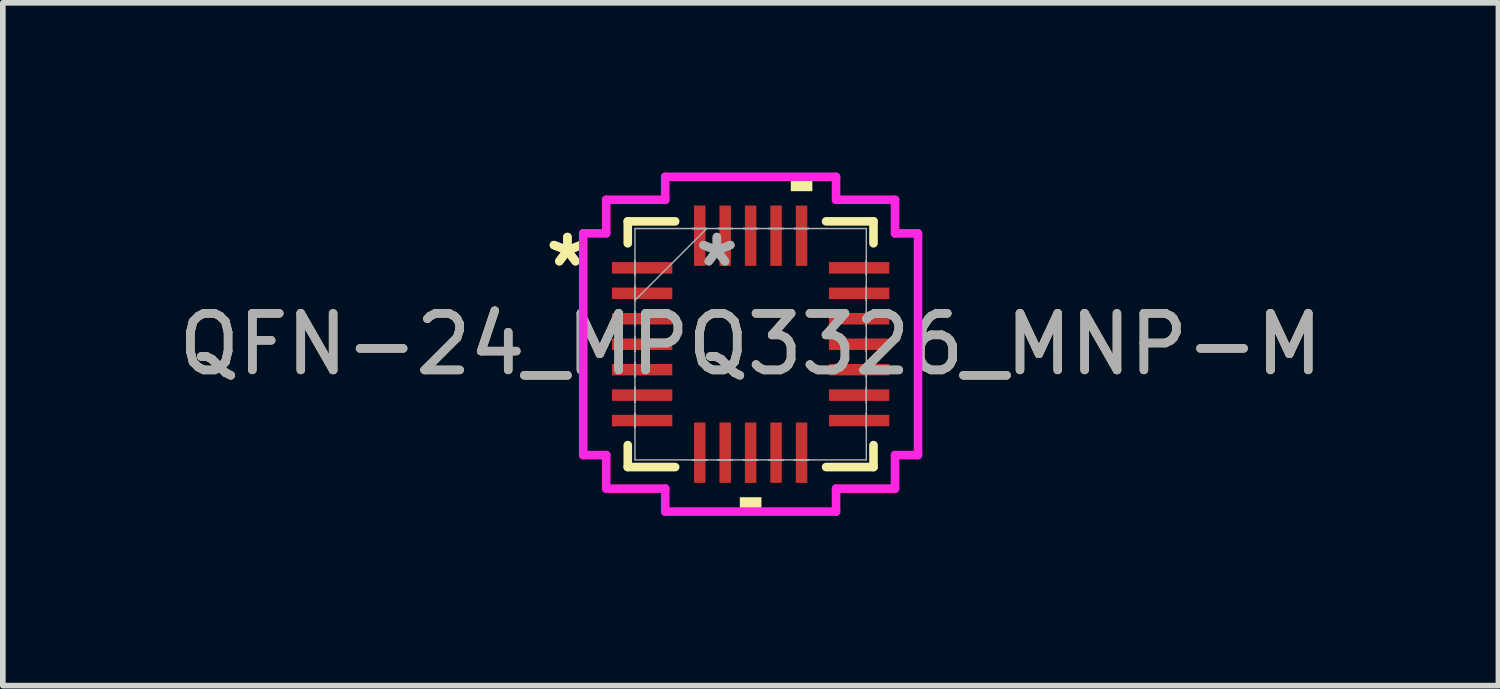
<source format=kicad_pcb>
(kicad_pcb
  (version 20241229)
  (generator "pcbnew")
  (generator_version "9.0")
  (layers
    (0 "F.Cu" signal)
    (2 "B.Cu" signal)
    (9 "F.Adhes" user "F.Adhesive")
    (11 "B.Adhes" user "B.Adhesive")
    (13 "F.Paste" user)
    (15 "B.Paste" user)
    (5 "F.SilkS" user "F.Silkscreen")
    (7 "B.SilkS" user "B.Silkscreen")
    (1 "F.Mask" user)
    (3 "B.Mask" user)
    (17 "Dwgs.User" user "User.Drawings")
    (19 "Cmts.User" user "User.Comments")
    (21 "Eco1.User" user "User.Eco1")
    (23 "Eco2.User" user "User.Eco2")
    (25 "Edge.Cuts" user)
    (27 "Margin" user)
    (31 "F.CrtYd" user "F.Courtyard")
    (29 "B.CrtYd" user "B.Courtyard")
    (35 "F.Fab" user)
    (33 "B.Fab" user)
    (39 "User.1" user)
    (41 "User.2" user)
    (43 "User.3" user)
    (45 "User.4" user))
  (footprint "QFN-24_MPQ3326_MNP-M"
    (layer "F.Cu")
    (at 10.22 3.035)
    (property "Reference" "QFN-24_MPQ3326_MNP-M" (at 0 0 0) (unlocked yes) (layer "F.SilkS") (effects (font (size 1 1) (thickness 0.15))))
    (attr smd)
    (fp_line (start -2.172 -2.172) (end -2.172 -1.784) (stroke (width 0.152) (type solid)) (layer "F.SilkS"))
    (fp_line (start -2.172 1.784) (end -2.172 2.172) (stroke (width 0.152) (type solid)) (layer "F.SilkS"))
    (fp_line (start -2.172 2.172) (end -1.334 2.172) (stroke (width 0.152) (type solid)) (layer "F.SilkS"))
    (fp_line (start -1.334 -2.172) (end -2.172 -2.172) (stroke (width 0.152) (type solid)) (layer "F.SilkS"))
    (fp_line (start 1.334 2.172) (end 2.172 2.172) (stroke (width 0.152) (type solid)) (layer "F.SilkS"))
    (fp_line (start 2.172 -2.172) (end 1.334 -2.172) (stroke (width 0.152) (type solid)) (layer "F.SilkS"))
    (fp_line (start 2.172 -1.784) (end 2.172 -2.172) (stroke (width 0.152) (type solid)) (layer "F.SilkS"))
    (fp_line (start 2.172 2.172) (end 2.172 1.784) (stroke (width 0.152) (type solid)) (layer "F.SilkS"))
    (fp_poly (pts (xy -0.191 2.705) (xy -0.191 2.959) (xy 0.191 2.959) (xy 0.191 2.705)) (stroke (width 0) (type solid)) (fill yes) (layer "F.SilkS"))
    (fp_poly (pts (xy 0.71 -2.705) (xy 0.71 -2.959) (xy 1.091 -2.959) (xy 1.091 -2.705)) (stroke (width 0) (type solid)) (fill yes) (layer "F.SilkS"))
    (fp_line (start -2.959 -1.96) (end -2.553 -1.96) (stroke (width 0.152) (type solid)) (layer "F.CrtYd"))
    (fp_line (start -2.959 1.96) (end -2.959 -1.96) (stroke (width 0.152) (type solid)) (layer "F.CrtYd"))
    (fp_line (start -2.553 -2.553) (end -1.51 -2.553) (stroke (width 0.152) (type solid)) (layer "F.CrtYd"))
    (fp_line (start -2.553 -1.96) (end -2.553 -2.553) (stroke (width 0.152) (type solid)) (layer "F.CrtYd"))
    (fp_line (start -2.553 1.96) (end -2.959 1.96) (stroke (width 0.152) (type solid)) (layer "F.CrtYd"))
    (fp_line (start -2.553 2.553) (end -2.553 1.96) (stroke (width 0.152) (type solid)) (layer "F.CrtYd"))
    (fp_line (start -1.51 -2.959) (end 1.51 -2.959) (stroke (width 0.152) (type solid)) (layer "F.CrtYd"))
    (fp_line (start -1.51 -2.553) (end -1.51 -2.959) (stroke (width 0.152) (type solid)) (layer "F.CrtYd"))
    (fp_line (start -1.51 2.553) (end -2.553 2.553) (stroke (width 0.152) (type solid)) (layer "F.CrtYd"))
    (fp_line (start -1.51 2.959) (end -1.51 2.553) (stroke (width 0.152) (type solid)) (layer "F.CrtYd"))
    (fp_line (start 1.51 -2.959) (end 1.51 -2.553) (stroke (width 0.152) (type solid)) (layer "F.CrtYd"))
    (fp_line (start 1.51 -2.553) (end 2.553 -2.553) (stroke (width 0.152) (type solid)) (layer "F.CrtYd"))
    (fp_line (start 1.51 2.553) (end 1.51 2.959) (stroke (width 0.152) (type solid)) (layer "F.CrtYd"))
    (fp_line (start 1.51 2.959) (end -1.51 2.959) (stroke (width 0.152) (type solid)) (layer "F.CrtYd"))
    (fp_line (start 2.553 -2.553) (end 2.553 -1.96) (stroke (width 0.152) (type solid)) (layer "F.CrtYd"))
    (fp_line (start 2.553 -1.96) (end 2.959 -1.96) (stroke (width 0.152) (type solid)) (layer "F.CrtYd"))
    (fp_line (start 2.553 1.96) (end 2.553 2.553) (stroke (width 0.152) (type solid)) (layer "F.CrtYd"))
    (fp_line (start 2.553 2.553) (end 1.51 2.553) (stroke (width 0.152) (type solid)) (layer "F.CrtYd"))
    (fp_line (start 2.959 -1.96) (end 2.959 1.96) (stroke (width 0.152) (type solid)) (layer "F.CrtYd"))
    (fp_line (start 2.959 1.96) (end 2.553 1.96) (stroke (width 0.152) (type solid)) (layer "F.CrtYd"))
    (fp_line (start -2.045 -2.045) (end -2.045 2.045) (stroke (width 0.025) (type solid)) (layer "F.Fab"))
    (fp_line (start -2.045 -1.477) (end -2.045 -1.477) (stroke (width 0.025) (type solid)) (layer "F.Fab"))
    (fp_line (start -2.045 -1.477) (end -2.045 -1.223) (stroke (width 0.025) (type solid)) (layer "F.Fab"))
    (fp_line (start -2.045 -1.223) (end -2.045 -1.477) (stroke (width 0.025) (type solid)) (layer "F.Fab"))
    (fp_line (start -2.045 -1.223) (end -2.045 -1.223) (stroke (width 0.025) (type solid)) (layer "F.Fab"))
    (fp_line (start -2.045 -1.027) (end -2.045 -1.027) (stroke (width 0.025) (type solid)) (layer "F.Fab"))
    (fp_line (start -2.045 -1.027) (end -2.045 -0.773) (stroke (width 0.025) (type solid)) (layer "F.Fab"))
    (fp_line (start -2.045 -0.775) (end -0.775 -2.045) (stroke (width 0.025) (type solid)) (layer "F.Fab"))
    (fp_line (start -2.045 -0.773) (end -2.045 -1.027) (stroke (width 0.025) (type solid)) (layer "F.Fab"))
    (fp_line (start -2.045 -0.773) (end -2.045 -0.773) (stroke (width 0.025) (type solid)) (layer "F.Fab"))
    (fp_line (start -2.045 -0.577) (end -2.045 -0.577) (stroke (width 0.025) (type solid)) (layer "F.Fab"))
    (fp_line (start -2.045 -0.577) (end -2.045 -0.323) (stroke (width 0.025) (type solid)) (layer "F.Fab"))
    (fp_line (start -2.045 -0.323) (end -2.045 -0.577) (stroke (width 0.025) (type solid)) (layer "F.Fab"))
    (fp_line (start -2.045 -0.323) (end -2.045 -0.323) (stroke (width 0.025) (type solid)) (layer "F.Fab"))
    (fp_line (start -2.045 -0.127) (end -2.045 -0.127) (stroke (width 0.025) (type solid)) (layer "F.Fab"))
    (fp_line (start -2.045 -0.127) (end -2.045 0.127) (stroke (width 0.025) (type solid)) (layer "F.Fab"))
    (fp_line (start -2.045 0.127) (end -2.045 -0.127) (stroke (width 0.025) (type solid)) (layer "F.Fab"))
    (fp_line (start -2.045 0.127) (end -2.045 0.127) (stroke (width 0.025) (type solid)) (layer "F.Fab"))
    (fp_line (start -2.045 0.323) (end -2.045 0.323) (stroke (width 0.025) (type solid)) (layer "F.Fab"))
    (fp_line (start -2.045 0.323) (end -2.045 0.577) (stroke (width 0.025) (type solid)) (layer "F.Fab"))
    (fp_line (start -2.045 0.577) (end -2.045 0.323) (stroke (width 0.025) (type solid)) (layer "F.Fab"))
    (fp_line (start -2.045 0.577) (end -2.045 0.577) (stroke (width 0.025) (type solid)) (layer "F.Fab"))
    (fp_line (start -2.045 0.773) (end -2.045 0.773) (stroke (width 0.025) (type solid)) (layer "F.Fab"))
    (fp_line (start -2.045 0.773) (end -2.045 1.027) (stroke (width 0.025) (type solid)) (layer "F.Fab"))
    (fp_line (start -2.045 1.027) (end -2.045 0.773) (stroke (width 0.025) (type solid)) (layer "F.Fab"))
    (fp_line (start -2.045 1.027) (end -2.045 1.027) (stroke (width 0.025) (type solid)) (layer "F.Fab"))
    (fp_line (start -2.045 1.223) (end -2.045 1.223) (stroke (width 0.025) (type solid)) (layer "F.Fab"))
    (fp_line (start -2.045 1.223) (end -2.045 1.477) (stroke (width 0.025) (type solid)) (layer "F.Fab"))
    (fp_line (start -2.045 1.477) (end -2.045 1.223) (stroke (width 0.025) (type solid)) (layer "F.Fab"))
    (fp_line (start -2.045 1.477) (end -2.045 1.477) (stroke (width 0.025) (type solid)) (layer "F.Fab"))
    (fp_line (start -2.045 2.045) (end 2.045 2.045) (stroke (width 0.025) (type solid)) (layer "F.Fab"))
    (fp_line (start -1.027 -2.045) (end -1.027 -2.045) (stroke (width 0.025) (type solid)) (layer "F.Fab"))
    (fp_line (start -1.027 -2.045) (end -0.773 -2.045) (stroke (width 0.025) (type solid)) (layer "F.Fab"))
    (fp_line (start -1.027 2.045) (end -1.027 2.045) (stroke (width 0.025) (type solid)) (layer "F.Fab"))
    (fp_line (start -1.027 2.045) (end -0.773 2.045) (stroke (width 0.025) (type solid)) (layer "F.Fab"))
    (fp_line (start -0.773 -2.045) (end -1.027 -2.045) (stroke (width 0.025) (type solid)) (layer "F.Fab"))
    (fp_line (start -0.773 -2.045) (end -0.773 -2.045) (stroke (width 0.025) (type solid)) (layer "F.Fab"))
    (fp_line (start -0.773 2.045) (end -1.027 2.045) (stroke (width 0.025) (type solid)) (layer "F.Fab"))
    (fp_line (start -0.773 2.045) (end -0.773 2.045) (stroke (width 0.025) (type solid)) (layer "F.Fab"))
    (fp_line (start -0.577 -2.045) (end -0.577 -2.045) (stroke (width 0.025) (type solid)) (layer "F.Fab"))
    (fp_line (start -0.577 -2.045) (end -0.323 -2.045) (stroke (width 0.025) (type solid)) (layer "F.Fab"))
    (fp_line (start -0.577 2.045) (end -0.577 2.045) (stroke (width 0.025) (type solid)) (layer "F.Fab"))
    (fp_line (start -0.577 2.045) (end -0.323 2.045) (stroke (width 0.025) (type solid)) (layer "F.Fab"))
    (fp_line (start -0.323 -2.045) (end -0.577 -2.045) (stroke (width 0.025) (type solid)) (layer "F.Fab"))
    (fp_line (start -0.323 -2.045) (end -0.323 -2.045) (stroke (width 0.025) (type solid)) (layer "F.Fab"))
    (fp_line (start -0.323 2.045) (end -0.577 2.045) (stroke (width 0.025) (type solid)) (layer "F.Fab"))
    (fp_line (start -0.323 2.045) (end -0.323 2.045) (stroke (width 0.025) (type solid)) (layer "F.Fab"))
    (fp_line (start -0.127 -2.045) (end -0.127 -2.045) (stroke (width 0.025) (type solid)) (layer "F.Fab"))
    (fp_line (start -0.127 -2.045) (end 0.127 -2.045) (stroke (width 0.025) (type solid)) (layer "F.Fab"))
    (fp_line (start -0.127 2.045) (end -0.127 2.045) (stroke (width 0.025) (type solid)) (layer "F.Fab"))
    (fp_line (start -0.127 2.045) (end 0.127 2.045) (stroke (width 0.025) (type solid)) (layer "F.Fab"))
    (fp_line (start 0.127 -2.045) (end -0.127 -2.045) (stroke (width 0.025) (type solid)) (layer "F.Fab"))
    (fp_line (start 0.127 -2.045) (end 0.127 -2.045) (stroke (width 0.025) (type solid)) (layer "F.Fab"))
    (fp_line (start 0.127 2.045) (end -0.127 2.045) (stroke (width 0.025) (type solid)) (layer "F.Fab"))
    (fp_line (start 0.127 2.045) (end 0.127 2.045) (stroke (width 0.025) (type solid)) (layer "F.Fab"))
    (fp_line (start 0.323 -2.045) (end 0.323 -2.045) (stroke (width 0.025) (type solid)) (layer "F.Fab"))
    (fp_line (start 0.323 -2.045) (end 0.577 -2.045) (stroke (width 0.025) (type solid)) (layer "F.Fab"))
    (fp_line (start 0.323 2.045) (end 0.323 2.045) (stroke (width 0.025) (type solid)) (layer "F.Fab"))
    (fp_line (start 0.323 2.045) (end 0.577 2.045) (stroke (width 0.025) (type solid)) (layer "F.Fab"))
    (fp_line (start 0.577 -2.045) (end 0.323 -2.045) (stroke (width 0.025) (type solid)) (layer "F.Fab"))
    (fp_line (start 0.577 -2.045) (end 0.577 -2.045) (stroke (width 0.025) (type solid)) (layer "F.Fab"))
    (fp_line (start 0.577 2.045) (end 0.323 2.045) (stroke (width 0.025) (type solid)) (layer "F.Fab"))
    (fp_line (start 0.577 2.045) (end 0.577 2.045) (stroke (width 0.025) (type solid)) (layer "F.Fab"))
    (fp_line (start 0.773 -2.045) (end 0.773 -2.045) (stroke (width 0.025) (type solid)) (layer "F.Fab"))
    (fp_line (start 0.773 -2.045) (end 1.027 -2.045) (stroke (width 0.025) (type solid)) (layer "F.Fab"))
    (fp_line (start 0.773 2.045) (end 0.773 2.045) (stroke (width 0.025) (type solid)) (layer "F.Fab"))
    (fp_line (start 0.773 2.045) (end 1.027 2.045) (stroke (width 0.025) (type solid)) (layer "F.Fab"))
    (fp_line (start 1.027 -2.045) (end 0.773 -2.045) (stroke (width 0.025) (type solid)) (layer "F.Fab"))
    (fp_line (start 1.027 -2.045) (end 1.027 -2.045) (stroke (width 0.025) (type solid)) (layer "F.Fab"))
    (fp_line (start 1.027 2.045) (end 0.773 2.045) (stroke (width 0.025) (type solid)) (layer "F.Fab"))
    (fp_line (start 1.027 2.045) (end 1.027 2.045) (stroke (width 0.025) (type solid)) (layer "F.Fab"))
    (fp_line (start 2.045 -2.045) (end -2.045 -2.045) (stroke (width 0.025) (type solid)) (layer "F.Fab"))
    (fp_line (start 2.045 -1.477) (end 2.045 -1.477) (stroke (width 0.025) (type solid)) (layer "F.Fab"))
    (fp_line (start 2.045 -1.477) (end 2.045 -1.223) (stroke (width 0.025) (type solid)) (layer "F.Fab"))
    (fp_line (start 2.045 -1.223) (end 2.045 -1.477) (stroke (width 0.025) (type solid)) (layer "F.Fab"))
    (fp_line (start 2.045 -1.223) (end 2.045 -1.223) (stroke (width 0.025) (type solid)) (layer "F.Fab"))
    (fp_line (start 2.045 -1.027) (end 2.045 -1.027) (stroke (width 0.025) (type solid)) (layer "F.Fab"))
    (fp_line (start 2.045 -1.027) (end 2.045 -0.773) (stroke (width 0.025) (type solid)) (layer "F.Fab"))
    (fp_line (start 2.045 -0.773) (end 2.045 -1.027) (stroke (width 0.025) (type solid)) (layer "F.Fab"))
    (fp_line (start 2.045 -0.773) (end 2.045 -0.773) (stroke (width 0.025) (type solid)) (layer "F.Fab"))
    (fp_line (start 2.045 -0.577) (end 2.045 -0.577) (stroke (width 0.025) (type solid)) (layer "F.Fab"))
    (fp_line (start 2.045 -0.577) (end 2.045 -0.323) (stroke (width 0.025) (type solid)) (layer "F.Fab"))
    (fp_line (start 2.045 -0.323) (end 2.045 -0.577) (stroke (width 0.025) (type solid)) (layer "F.Fab"))
    (fp_line (start 2.045 -0.323) (end 2.045 -0.323) (stroke (width 0.025) (type solid)) (layer "F.Fab"))
    (fp_line (start 2.045 -0.127) (end 2.045 -0.127) (stroke (width 0.025) (type solid)) (layer "F.Fab"))
    (fp_line (start 2.045 -0.127) (end 2.045 0.127) (stroke (width 0.025) (type solid)) (layer "F.Fab"))
    (fp_line (start 2.045 0.127) (end 2.045 -0.127) (stroke (width 0.025) (type solid)) (layer "F.Fab"))
    (fp_line (start 2.045 0.127) (end 2.045 0.127) (stroke (width 0.025) (type solid)) (layer "F.Fab"))
    (fp_line (start 2.045 0.323) (end 2.045 0.323) (stroke (width 0.025) (type solid)) (layer "F.Fab"))
    (fp_line (start 2.045 0.323) (end 2.045 0.577) (stroke (width 0.025) (type solid)) (layer "F.Fab"))
    (fp_line (start 2.045 0.577) (end 2.045 0.323) (stroke (width 0.025) (type solid)) (layer "F.Fab"))
    (fp_line (start 2.045 0.577) (end 2.045 0.577) (stroke (width 0.025) (type solid)) (layer "F.Fab"))
    (fp_line (start 2.045 0.773) (end 2.045 0.773) (stroke (width 0.025) (type solid)) (layer "F.Fab"))
    (fp_line (start 2.045 0.773) (end 2.045 1.027) (stroke (width 0.025) (type solid)) (layer "F.Fab"))
    (fp_line (start 2.045 1.027) (end 2.045 0.773) (stroke (width 0.025) (type solid)) (layer "F.Fab"))
    (fp_line (start 2.045 1.027) (end 2.045 1.027) (stroke (width 0.025) (type solid)) (layer "F.Fab"))
    (fp_line (start 2.045 1.223) (end 2.045 1.223) (stroke (width 0.025) (type solid)) (layer "F.Fab"))
    (fp_line (start 2.045 1.223) (end 2.045 1.477) (stroke (width 0.025) (type solid)) (layer "F.Fab"))
    (fp_line (start 2.045 1.477) (end 2.045 1.223) (stroke (width 0.025) (type solid)) (layer "F.Fab"))
    (fp_line (start 2.045 1.477) (end 2.045 1.477) (stroke (width 0.025) (type solid)) (layer "F.Fab"))
    (fp_line (start 2.045 2.045) (end 2.045 -2.045) (stroke (width 0.025) (type solid)) (layer "F.Fab"))
    (fp_text user "*" (at -3.239 -1.35 0) (layer "F.SilkS") (effects (font (size 1 1) (thickness 0.15))))
    (fp_text user "*" (at -3.239 -1.35 0) (unlocked yes) (layer "F.SilkS") (effects (font (size 1 1) (thickness 0.15))))
    (fp_text user "*" (at -0.597 -1.35 0) (unlocked yes) (layer "F.Fab") (effects (font (size 1 1) (thickness 0.15))))
    (fp_text user "${REFERENCE}" (at 0 0 0) (unlocked yes) (layer "F.Fab") (effects (font (size 1 1) (thickness 0.15))))
    (fp_text user "*" (at -0.597 -1.35 0) (layer "F.Fab") (effects (font (size 1 1) (thickness 0.15))))
    (pad "1" smd rect (at -1.918 -1.35 90) (size 0.203 1.067) (layers "F.Cu" "F.Mask" "F.Paste"))
    (pad "2" smd rect (at -1.918 -0.9 90) (size 0.203 1.067) (layers "F.Cu" "F.Mask" "F.Paste"))
    (pad "3" smd rect (at -1.918 -0.45 90) (size 0.203 1.067) (layers "F.Cu" "F.Mask" "F.Paste"))
    (pad "4" smd rect (at -1.918 0 90) (size 0.203 1.067) (layers "F.Cu" "F.Mask" "F.Paste"))
    (pad "5" smd rect (at -1.918 0.45 90) (size 0.203 1.067) (layers "F.Cu" "F.Mask" "F.Paste"))
    (pad "6" smd rect (at -1.918 0.9 90) (size 0.203 1.067) (layers "F.Cu" "F.Mask" "F.Paste"))
    (pad "7" smd rect (at -1.918 1.35 90) (size 0.203 1.067) (layers "F.Cu" "F.Mask" "F.Paste"))
    (pad "8" smd rect (at -0.9 1.918) (size 0.203 1.067) (layers "F.Cu" "F.Mask" "F.Paste"))
    (pad "9" smd rect (at -0.45 1.918) (size 0.203 1.067) (layers "F.Cu" "F.Mask" "F.Paste"))
    (pad "10" smd rect (at 0 1.918) (size 0.203 1.067) (layers "F.Cu" "F.Mask" "F.Paste"))
    (pad "11" smd rect (at 0.45 1.918) (size 0.203 1.067) (layers "F.Cu" "F.Mask" "F.Paste"))
    (pad "12" smd rect (at 0.9 1.918) (size 0.203 1.067) (layers "F.Cu" "F.Mask" "F.Paste"))
    (pad "13" smd rect (at 1.918 1.35 90) (size 0.203 1.067) (layers "F.Cu" "F.Mask" "F.Paste"))
    (pad "14" smd rect (at 1.918 0.9 90) (size 0.203 1.067) (layers "F.Cu" "F.Mask" "F.Paste"))
    (pad "15" smd rect (at 1.918 0.45 90) (size 0.203 1.067) (layers "F.Cu" "F.Mask" "F.Paste"))
    (pad "16" smd rect (at 1.918 0 90) (size 0.203 1.067) (layers "F.Cu" "F.Mask" "F.Paste"))
    (pad "17" smd rect (at 1.918 -0.45 90) (size 0.203 1.067) (layers "F.Cu" "F.Mask" "F.Paste"))
    (pad "18" smd rect (at 1.918 -0.9 90) (size 0.203 1.067) (layers "F.Cu" "F.Mask" "F.Paste"))
    (pad "19" smd rect (at 1.918 -1.35 90) (size 0.203 1.067) (layers "F.Cu" "F.Mask" "F.Paste"))
    (pad "20" smd rect (at 0.9 -1.918) (size 0.203 1.067) (layers "F.Cu" "F.Mask" "F.Paste"))
    (pad "21" smd rect (at 0.45 -1.918) (size 0.203 1.067) (layers "F.Cu" "F.Mask" "F.Paste"))
    (pad "22" smd rect (at 0 -1.918) (size 0.203 1.067) (layers "F.Cu" "F.Mask" "F.Paste"))
    (pad "23" smd rect (at -0.45 -1.918) (size 0.203 1.067) (layers "F.Cu" "F.Mask" "F.Paste"))
    (pad "24" smd rect (at -0.9 -1.918) (size 0.203 1.067) (layers "F.Cu" "F.Mask" "F.Paste")))
  (gr_rect
    (start -3 -3)
    (end 23.44 9.071)
    (stroke (width 0.1) (type default))
    (fill no)
    (layer "Edge.Cuts")))
</source>
